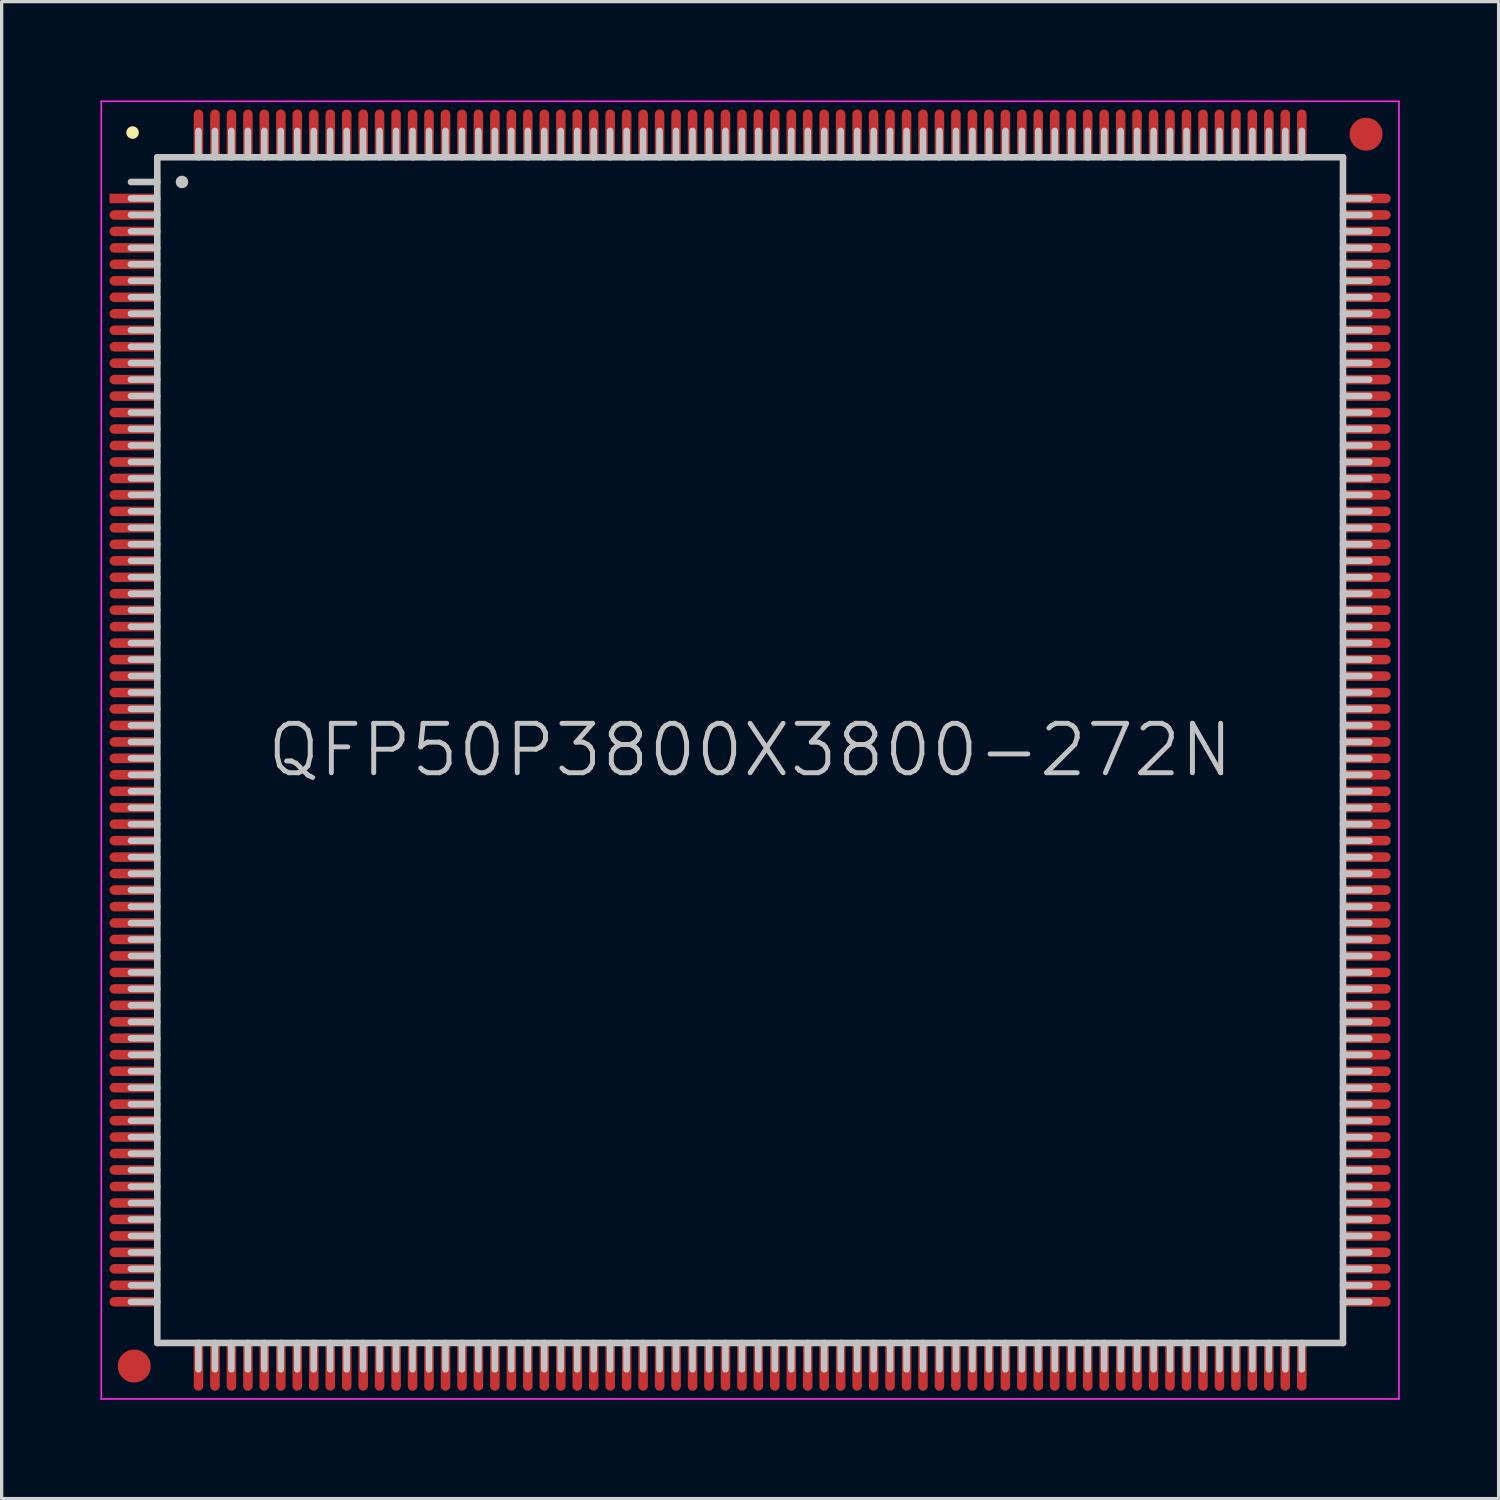
<source format=kicad_pcb>
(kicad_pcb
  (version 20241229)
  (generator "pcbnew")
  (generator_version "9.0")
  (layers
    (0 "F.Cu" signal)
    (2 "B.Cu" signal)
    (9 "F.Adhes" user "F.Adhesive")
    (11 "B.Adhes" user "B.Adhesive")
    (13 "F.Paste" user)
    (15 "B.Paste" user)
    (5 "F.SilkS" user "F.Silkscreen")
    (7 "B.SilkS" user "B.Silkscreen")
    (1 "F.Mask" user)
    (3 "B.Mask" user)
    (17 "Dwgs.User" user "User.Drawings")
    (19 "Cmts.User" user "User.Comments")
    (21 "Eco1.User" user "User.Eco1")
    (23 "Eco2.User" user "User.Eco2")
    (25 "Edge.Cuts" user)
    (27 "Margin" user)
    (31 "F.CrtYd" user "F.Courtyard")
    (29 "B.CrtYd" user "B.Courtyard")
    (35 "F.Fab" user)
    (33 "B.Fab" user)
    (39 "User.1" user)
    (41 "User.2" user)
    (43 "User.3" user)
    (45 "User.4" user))
  (footprint "QFP50P3800X3800-272N"
    (layer "F.Cu")
    (at 19.725 19.725)
    (property "Reference" "QFP50P3800X3800-272N" (at 0 0 0) (layer "Dwgs.User") (effects (font (size 1.5 1.5) (thickness 0.15))))
    (attr smd)
    (fp_line (start -18.75 -18.75) (end -18.75 -18.75) (stroke (width 0.381) (type solid)) (layer "F.SilkS"))
    (fp_line (start -18 -18) (end -18 18) (stroke (width 0.2) (type solid)) (layer "Dwgs.User"))
    (fp_line (start -18 -18) (end 18 -18) (stroke (width 0.2) (type solid)) (layer "Dwgs.User"))
    (fp_line (start -18 -17.25) (end -18.8 -17.25) (stroke (width 0.2) (type solid)) (layer "Dwgs.User"))
    (fp_line (start -18 -16.75) (end -18.8 -16.75) (stroke (width 0.2) (type solid)) (layer "Dwgs.User"))
    (fp_line (start -18 -16.25) (end -18.8 -16.25) (stroke (width 0.2) (type solid)) (layer "Dwgs.User"))
    (fp_line (start -18 -15.75) (end -18.8 -15.75) (stroke (width 0.2) (type solid)) (layer "Dwgs.User"))
    (fp_line (start -18 -15.25) (end -18.8 -15.25) (stroke (width 0.2) (type solid)) (layer "Dwgs.User"))
    (fp_line (start -18 -14.75) (end -18.8 -14.75) (stroke (width 0.2) (type solid)) (layer "Dwgs.User"))
    (fp_line (start -18 -14.25) (end -18.8 -14.25) (stroke (width 0.2) (type solid)) (layer "Dwgs.User"))
    (fp_line (start -18 -13.75) (end -18.8 -13.75) (stroke (width 0.2) (type solid)) (layer "Dwgs.User"))
    (fp_line (start -18 -13.25) (end -18.8 -13.25) (stroke (width 0.2) (type solid)) (layer "Dwgs.User"))
    (fp_line (start -18 -12.75) (end -18.8 -12.75) (stroke (width 0.2) (type solid)) (layer "Dwgs.User"))
    (fp_line (start -18 -12.25) (end -18.8 -12.25) (stroke (width 0.2) (type solid)) (layer "Dwgs.User"))
    (fp_line (start -18 -11.75) (end -18.8 -11.75) (stroke (width 0.2) (type solid)) (layer "Dwgs.User"))
    (fp_line (start -18 -11.25) (end -18.8 -11.25) (stroke (width 0.2) (type solid)) (layer "Dwgs.User"))
    (fp_line (start -18 -10.75) (end -18.8 -10.75) (stroke (width 0.2) (type solid)) (layer "Dwgs.User"))
    (fp_line (start -18 -10.25) (end -18.8 -10.25) (stroke (width 0.2) (type solid)) (layer "Dwgs.User"))
    (fp_line (start -18 -9.75) (end -18.8 -9.75) (stroke (width 0.2) (type solid)) (layer "Dwgs.User"))
    (fp_line (start -18 -9.25) (end -18.8 -9.25) (stroke (width 0.2) (type solid)) (layer "Dwgs.User"))
    (fp_line (start -18 -8.75) (end -18.8 -8.75) (stroke (width 0.2) (type solid)) (layer "Dwgs.User"))
    (fp_line (start -18 -8.25) (end -18.8 -8.25) (stroke (width 0.2) (type solid)) (layer "Dwgs.User"))
    (fp_line (start -18 -7.75) (end -18.8 -7.75) (stroke (width 0.2) (type solid)) (layer "Dwgs.User"))
    (fp_line (start -18 -7.25) (end -18.8 -7.25) (stroke (width 0.2) (type solid)) (layer "Dwgs.User"))
    (fp_line (start -18 -6.75) (end -18.8 -6.75) (stroke (width 0.2) (type solid)) (layer "Dwgs.User"))
    (fp_line (start -18 -6.25) (end -18.8 -6.25) (stroke (width 0.2) (type solid)) (layer "Dwgs.User"))
    (fp_line (start -18 -5.75) (end -18.8 -5.75) (stroke (width 0.2) (type solid)) (layer "Dwgs.User"))
    (fp_line (start -18 -5.25) (end -18.8 -5.25) (stroke (width 0.2) (type solid)) (layer "Dwgs.User"))
    (fp_line (start -18 -4.75) (end -18.8 -4.75) (stroke (width 0.2) (type solid)) (layer "Dwgs.User"))
    (fp_line (start -18 -4.25) (end -18.8 -4.25) (stroke (width 0.2) (type solid)) (layer "Dwgs.User"))
    (fp_line (start -18 -3.75) (end -18.8 -3.75) (stroke (width 0.2) (type solid)) (layer "Dwgs.User"))
    (fp_line (start -18 -3.25) (end -18.8 -3.25) (stroke (width 0.2) (type solid)) (layer "Dwgs.User"))
    (fp_line (start -18 -2.75) (end -18.8 -2.75) (stroke (width 0.2) (type solid)) (layer "Dwgs.User"))
    (fp_line (start -18 -2.25) (end -18.8 -2.25) (stroke (width 0.2) (type solid)) (layer "Dwgs.User"))
    (fp_line (start -18 -1.75) (end -18.8 -1.75) (stroke (width 0.2) (type solid)) (layer "Dwgs.User"))
    (fp_line (start -18 -1.25) (end -18.8 -1.25) (stroke (width 0.2) (type solid)) (layer "Dwgs.User"))
    (fp_line (start -18 -0.75) (end -18.8 -0.75) (stroke (width 0.2) (type solid)) (layer "Dwgs.User"))
    (fp_line (start -18 -0.25) (end -18.8 -0.25) (stroke (width 0.2) (type solid)) (layer "Dwgs.User"))
    (fp_line (start -18 0.25) (end -18.8 0.25) (stroke (width 0.2) (type solid)) (layer "Dwgs.User"))
    (fp_line (start -18 0.75) (end -18.8 0.75) (stroke (width 0.2) (type solid)) (layer "Dwgs.User"))
    (fp_line (start -18 1.25) (end -18.8 1.25) (stroke (width 0.2) (type solid)) (layer "Dwgs.User"))
    (fp_line (start -18 1.75) (end -18.8 1.75) (stroke (width 0.2) (type solid)) (layer "Dwgs.User"))
    (fp_line (start -18 2.25) (end -18.8 2.25) (stroke (width 0.2) (type solid)) (layer "Dwgs.User"))
    (fp_line (start -18 2.75) (end -18.8 2.75) (stroke (width 0.2) (type solid)) (layer "Dwgs.User"))
    (fp_line (start -18 3.25) (end -18.8 3.25) (stroke (width 0.2) (type solid)) (layer "Dwgs.User"))
    (fp_line (start -18 3.75) (end -18.8 3.75) (stroke (width 0.2) (type solid)) (layer "Dwgs.User"))
    (fp_line (start -18 4.25) (end -18.8 4.25) (stroke (width 0.2) (type solid)) (layer "Dwgs.User"))
    (fp_line (start -18 4.75) (end -18.8 4.75) (stroke (width 0.2) (type solid)) (layer "Dwgs.User"))
    (fp_line (start -18 5.25) (end -18.8 5.25) (stroke (width 0.2) (type solid)) (layer "Dwgs.User"))
    (fp_line (start -18 5.75) (end -18.8 5.75) (stroke (width 0.2) (type solid)) (layer "Dwgs.User"))
    (fp_line (start -18 6.25) (end -18.8 6.25) (stroke (width 0.2) (type solid)) (layer "Dwgs.User"))
    (fp_line (start -18 6.75) (end -18.8 6.75) (stroke (width 0.2) (type solid)) (layer "Dwgs.User"))
    (fp_line (start -18 7.25) (end -18.8 7.25) (stroke (width 0.2) (type solid)) (layer "Dwgs.User"))
    (fp_line (start -18 7.75) (end -18.8 7.75) (stroke (width 0.2) (type solid)) (layer "Dwgs.User"))
    (fp_line (start -18 8.25) (end -18.8 8.25) (stroke (width 0.2) (type solid)) (layer "Dwgs.User"))
    (fp_line (start -18 8.75) (end -18.8 8.75) (stroke (width 0.2) (type solid)) (layer "Dwgs.User"))
    (fp_line (start -18 9.25) (end -18.8 9.25) (stroke (width 0.2) (type solid)) (layer "Dwgs.User"))
    (fp_line (start -18 9.75) (end -18.8 9.75) (stroke (width 0.2) (type solid)) (layer "Dwgs.User"))
    (fp_line (start -18 10.25) (end -18.8 10.25) (stroke (width 0.2) (type solid)) (layer "Dwgs.User"))
    (fp_line (start -18 10.75) (end -18.8 10.75) (stroke (width 0.2) (type solid)) (layer "Dwgs.User"))
    (fp_line (start -18 11.25) (end -18.8 11.25) (stroke (width 0.2) (type solid)) (layer "Dwgs.User"))
    (fp_line (start -18 11.75) (end -18.8 11.75) (stroke (width 0.2) (type solid)) (layer "Dwgs.User"))
    (fp_line (start -18 12.25) (end -18.8 12.25) (stroke (width 0.2) (type solid)) (layer "Dwgs.User"))
    (fp_line (start -18 12.75) (end -18.8 12.75) (stroke (width 0.2) (type solid)) (layer "Dwgs.User"))
    (fp_line (start -18 13.25) (end -18.8 13.25) (stroke (width 0.2) (type solid)) (layer "Dwgs.User"))
    (fp_line (start -18 13.75) (end -18.8 13.75) (stroke (width 0.2) (type solid)) (layer "Dwgs.User"))
    (fp_line (start -18 14.25) (end -18.8 14.25) (stroke (width 0.2) (type solid)) (layer "Dwgs.User"))
    (fp_line (start -18 14.75) (end -18.8 14.75) (stroke (width 0.2) (type solid)) (layer "Dwgs.User"))
    (fp_line (start -18 15.25) (end -18.8 15.25) (stroke (width 0.2) (type solid)) (layer "Dwgs.User"))
    (fp_line (start -18 15.75) (end -18.8 15.75) (stroke (width 0.2) (type solid)) (layer "Dwgs.User"))
    (fp_line (start -18 16.25) (end -18.8 16.25) (stroke (width 0.2) (type solid)) (layer "Dwgs.User"))
    (fp_line (start -18 16.75) (end -18.8 16.75) (stroke (width 0.2) (type solid)) (layer "Dwgs.User"))
    (fp_line (start -18 18) (end 18 18) (stroke (width 0.2) (type solid)) (layer "Dwgs.User"))
    (fp_line (start -17.25 -17.25) (end -17.25 -17.25) (stroke (width 0.381) (type solid)) (layer "Dwgs.User"))
    (fp_line (start -16.75 -18) (end -16.75 -18.8) (stroke (width 0.2) (type solid)) (layer "Dwgs.User"))
    (fp_line (start -16.75 18.8) (end -16.75 18) (stroke (width 0.2) (type solid)) (layer "Dwgs.User"))
    (fp_line (start -16.25 -18) (end -16.25 -18.8) (stroke (width 0.2) (type solid)) (layer "Dwgs.User"))
    (fp_line (start -16.25 18.8) (end -16.25 18) (stroke (width 0.2) (type solid)) (layer "Dwgs.User"))
    (fp_line (start -15.75 -18) (end -15.75 -18.8) (stroke (width 0.2) (type solid)) (layer "Dwgs.User"))
    (fp_line (start -15.75 18.8) (end -15.75 18) (stroke (width 0.2) (type solid)) (layer "Dwgs.User"))
    (fp_line (start -15.25 -18) (end -15.25 -18.8) (stroke (width 0.2) (type solid)) (layer "Dwgs.User"))
    (fp_line (start -15.25 18.8) (end -15.25 18) (stroke (width 0.2) (type solid)) (layer "Dwgs.User"))
    (fp_line (start -14.75 -18) (end -14.75 -18.8) (stroke (width 0.2) (type solid)) (layer "Dwgs.User"))
    (fp_line (start -14.75 18.8) (end -14.75 18) (stroke (width 0.2) (type solid)) (layer "Dwgs.User"))
    (fp_line (start -14.25 -18) (end -14.25 -18.8) (stroke (width 0.2) (type solid)) (layer "Dwgs.User"))
    (fp_line (start -14.25 18.8) (end -14.25 18) (stroke (width 0.2) (type solid)) (layer "Dwgs.User"))
    (fp_line (start -13.75 -18) (end -13.75 -18.8) (stroke (width 0.2) (type solid)) (layer "Dwgs.User"))
    (fp_line (start -13.75 18.8) (end -13.75 18) (stroke (width 0.2) (type solid)) (layer "Dwgs.User"))
    (fp_line (start -13.25 -18) (end -13.25 -18.8) (stroke (width 0.2) (type solid)) (layer "Dwgs.User"))
    (fp_line (start -13.25 18.8) (end -13.25 18) (stroke (width 0.2) (type solid)) (layer "Dwgs.User"))
    (fp_line (start -12.75 -18) (end -12.75 -18.8) (stroke (width 0.2) (type solid)) (layer "Dwgs.User"))
    (fp_line (start -12.75 18.8) (end -12.75 18) (stroke (width 0.2) (type solid)) (layer "Dwgs.User"))
    (fp_line (start -12.25 -18) (end -12.25 -18.8) (stroke (width 0.2) (type solid)) (layer "Dwgs.User"))
    (fp_line (start -12.25 18.8) (end -12.25 18) (stroke (width 0.2) (type solid)) (layer "Dwgs.User"))
    (fp_line (start -11.75 -18) (end -11.75 -18.8) (stroke (width 0.2) (type solid)) (layer "Dwgs.User"))
    (fp_line (start -11.75 18.8) (end -11.75 18) (stroke (width 0.2) (type solid)) (layer "Dwgs.User"))
    (fp_line (start -11.25 -18) (end -11.25 -18.8) (stroke (width 0.2) (type solid)) (layer "Dwgs.User"))
    (fp_line (start -11.25 18.8) (end -11.25 18) (stroke (width 0.2) (type solid)) (layer "Dwgs.User"))
    (fp_line (start -10.75 -18) (end -10.75 -18.8) (stroke (width 0.2) (type solid)) (layer "Dwgs.User"))
    (fp_line (start -10.75 18.8) (end -10.75 18) (stroke (width 0.2) (type solid)) (layer "Dwgs.User"))
    (fp_line (start -10.25 -18) (end -10.25 -18.8) (stroke (width 0.2) (type solid)) (layer "Dwgs.User"))
    (fp_line (start -10.25 18.8) (end -10.25 18) (stroke (width 0.2) (type solid)) (layer "Dwgs.User"))
    (fp_line (start -9.75 -18) (end -9.75 -18.8) (stroke (width 0.2) (type solid)) (layer "Dwgs.User"))
    (fp_line (start -9.75 18.8) (end -9.75 18) (stroke (width 0.2) (type solid)) (layer "Dwgs.User"))
    (fp_line (start -9.25 -18) (end -9.25 -18.8) (stroke (width 0.2) (type solid)) (layer "Dwgs.User"))
    (fp_line (start -9.25 18.8) (end -9.25 18) (stroke (width 0.2) (type solid)) (layer "Dwgs.User"))
    (fp_line (start -8.75 -18) (end -8.75 -18.8) (stroke (width 0.2) (type solid)) (layer "Dwgs.User"))
    (fp_line (start -8.75 18.8) (end -8.75 18) (stroke (width 0.2) (type solid)) (layer "Dwgs.User"))
    (fp_line (start -8.25 -18) (end -8.25 -18.8) (stroke (width 0.2) (type solid)) (layer "Dwgs.User"))
    (fp_line (start -8.25 18.8) (end -8.25 18) (stroke (width 0.2) (type solid)) (layer "Dwgs.User"))
    (fp_line (start -7.75 -18) (end -7.75 -18.8) (stroke (width 0.2) (type solid)) (layer "Dwgs.User"))
    (fp_line (start -7.75 18.8) (end -7.75 18) (stroke (width 0.2) (type solid)) (layer "Dwgs.User"))
    (fp_line (start -7.25 -18) (end -7.25 -18.8) (stroke (width 0.2) (type solid)) (layer "Dwgs.User"))
    (fp_line (start -7.25 18.8) (end -7.25 18) (stroke (width 0.2) (type solid)) (layer "Dwgs.User"))
    (fp_line (start -6.75 -18) (end -6.75 -18.8) (stroke (width 0.2) (type solid)) (layer "Dwgs.User"))
    (fp_line (start -6.75 18.8) (end -6.75 18) (stroke (width 0.2) (type solid)) (layer "Dwgs.User"))
    (fp_line (start -6.25 -18) (end -6.25 -18.8) (stroke (width 0.2) (type solid)) (layer "Dwgs.User"))
    (fp_line (start -6.25 18.8) (end -6.25 18) (stroke (width 0.2) (type solid)) (layer "Dwgs.User"))
    (fp_line (start -5.75 -18) (end -5.75 -18.8) (stroke (width 0.2) (type solid)) (layer "Dwgs.User"))
    (fp_line (start -5.75 18.8) (end -5.75 18) (stroke (width 0.2) (type solid)) (layer "Dwgs.User"))
    (fp_line (start -5.25 -18) (end -5.25 -18.8) (stroke (width 0.2) (type solid)) (layer "Dwgs.User"))
    (fp_line (start -5.25 18.8) (end -5.25 18) (stroke (width 0.2) (type solid)) (layer "Dwgs.User"))
    (fp_line (start -4.75 -18) (end -4.75 -18.8) (stroke (width 0.2) (type solid)) (layer "Dwgs.User"))
    (fp_line (start -4.75 18.8) (end -4.75 18) (stroke (width 0.2) (type solid)) (layer "Dwgs.User"))
    (fp_line (start -4.25 -18) (end -4.25 -18.8) (stroke (width 0.2) (type solid)) (layer "Dwgs.User"))
    (fp_line (start -4.25 18.8) (end -4.25 18) (stroke (width 0.2) (type solid)) (layer "Dwgs.User"))
    (fp_line (start -3.75 -18) (end -3.75 -18.8) (stroke (width 0.2) (type solid)) (layer "Dwgs.User"))
    (fp_line (start -3.75 18.8) (end -3.75 18) (stroke (width 0.2) (type solid)) (layer "Dwgs.User"))
    (fp_line (start -3.25 -18) (end -3.25 -18.8) (stroke (width 0.2) (type solid)) (layer "Dwgs.User"))
    (fp_line (start -3.25 18.8) (end -3.25 18) (stroke (width 0.2) (type solid)) (layer "Dwgs.User"))
    (fp_line (start -2.75 -18) (end -2.75 -18.8) (stroke (width 0.2) (type solid)) (layer "Dwgs.User"))
    (fp_line (start -2.75 18.8) (end -2.75 18) (stroke (width 0.2) (type solid)) (layer "Dwgs.User"))
    (fp_line (start -2.25 -18) (end -2.25 -18.8) (stroke (width 0.2) (type solid)) (layer "Dwgs.User"))
    (fp_line (start -2.25 18.8) (end -2.25 18) (stroke (width 0.2) (type solid)) (layer "Dwgs.User"))
    (fp_line (start -1.75 -18) (end -1.75 -18.8) (stroke (width 0.2) (type solid)) (layer "Dwgs.User"))
    (fp_line (start -1.75 18.8) (end -1.75 18) (stroke (width 0.2) (type solid)) (layer "Dwgs.User"))
    (fp_line (start -1.25 -18) (end -1.25 -18.8) (stroke (width 0.2) (type solid)) (layer "Dwgs.User"))
    (fp_line (start -1.25 18.8) (end -1.25 18) (stroke (width 0.2) (type solid)) (layer "Dwgs.User"))
    (fp_line (start -0.75 -18) (end -0.75 -18.8) (stroke (width 0.2) (type solid)) (layer "Dwgs.User"))
    (fp_line (start -0.75 18.8) (end -0.75 18) (stroke (width 0.2) (type solid)) (layer "Dwgs.User"))
    (fp_line (start -0.25 -18) (end -0.25 -18.8) (stroke (width 0.2) (type solid)) (layer "Dwgs.User"))
    (fp_line (start -0.25 18.8) (end -0.25 18) (stroke (width 0.2) (type solid)) (layer "Dwgs.User"))
    (fp_line (start 0.25 -18) (end 0.25 -18.8) (stroke (width 0.2) (type solid)) (layer "Dwgs.User"))
    (fp_line (start 0.25 18.8) (end 0.25 18) (stroke (width 0.2) (type solid)) (layer "Dwgs.User"))
    (fp_line (start 0.75 -18) (end 0.75 -18.8) (stroke (width 0.2) (type solid)) (layer "Dwgs.User"))
    (fp_line (start 0.75 18.8) (end 0.75 18) (stroke (width 0.2) (type solid)) (layer "Dwgs.User"))
    (fp_line (start 1.25 -18) (end 1.25 -18.8) (stroke (width 0.2) (type solid)) (layer "Dwgs.User"))
    (fp_line (start 1.25 18.8) (end 1.25 18) (stroke (width 0.2) (type solid)) (layer "Dwgs.User"))
    (fp_line (start 1.75 -18) (end 1.75 -18.8) (stroke (width 0.2) (type solid)) (layer "Dwgs.User"))
    (fp_line (start 1.75 18.8) (end 1.75 18) (stroke (width 0.2) (type solid)) (layer "Dwgs.User"))
    (fp_line (start 2.25 -18) (end 2.25 -18.8) (stroke (width 0.2) (type solid)) (layer "Dwgs.User"))
    (fp_line (start 2.25 18.8) (end 2.25 18) (stroke (width 0.2) (type solid)) (layer "Dwgs.User"))
    (fp_line (start 2.75 -18) (end 2.75 -18.8) (stroke (width 0.2) (type solid)) (layer "Dwgs.User"))
    (fp_line (start 2.75 18.8) (end 2.75 18) (stroke (width 0.2) (type solid)) (layer "Dwgs.User"))
    (fp_line (start 3.25 -18) (end 3.25 -18.8) (stroke (width 0.2) (type solid)) (layer "Dwgs.User"))
    (fp_line (start 3.25 18.8) (end 3.25 18) (stroke (width 0.2) (type solid)) (layer "Dwgs.User"))
    (fp_line (start 3.75 -18) (end 3.75 -18.8) (stroke (width 0.2) (type solid)) (layer "Dwgs.User"))
    (fp_line (start 3.75 18.8) (end 3.75 18) (stroke (width 0.2) (type solid)) (layer "Dwgs.User"))
    (fp_line (start 4.25 -18) (end 4.25 -18.8) (stroke (width 0.2) (type solid)) (layer "Dwgs.User"))
    (fp_line (start 4.25 18.8) (end 4.25 18) (stroke (width 0.2) (type solid)) (layer "Dwgs.User"))
    (fp_line (start 4.75 -18) (end 4.75 -18.8) (stroke (width 0.2) (type solid)) (layer "Dwgs.User"))
    (fp_line (start 4.75 18.8) (end 4.75 18) (stroke (width 0.2) (type solid)) (layer "Dwgs.User"))
    (fp_line (start 5.25 -18) (end 5.25 -18.8) (stroke (width 0.2) (type solid)) (layer "Dwgs.User"))
    (fp_line (start 5.25 18.8) (end 5.25 18) (stroke (width 0.2) (type solid)) (layer "Dwgs.User"))
    (fp_line (start 5.75 -18) (end 5.75 -18.8) (stroke (width 0.2) (type solid)) (layer "Dwgs.User"))
    (fp_line (start 5.75 18.8) (end 5.75 18) (stroke (width 0.2) (type solid)) (layer "Dwgs.User"))
    (fp_line (start 6.25 -18) (end 6.25 -18.8) (stroke (width 0.2) (type solid)) (layer "Dwgs.User"))
    (fp_line (start 6.25 18.8) (end 6.25 18) (stroke (width 0.2) (type solid)) (layer "Dwgs.User"))
    (fp_line (start 6.75 -18) (end 6.75 -18.8) (stroke (width 0.2) (type solid)) (layer "Dwgs.User"))
    (fp_line (start 6.75 18.8) (end 6.75 18) (stroke (width 0.2) (type solid)) (layer "Dwgs.User"))
    (fp_line (start 7.25 -18) (end 7.25 -18.8) (stroke (width 0.2) (type solid)) (layer "Dwgs.User"))
    (fp_line (start 7.25 18.8) (end 7.25 18) (stroke (width 0.2) (type solid)) (layer "Dwgs.User"))
    (fp_line (start 7.75 -18) (end 7.75 -18.8) (stroke (width 0.2) (type solid)) (layer "Dwgs.User"))
    (fp_line (start 7.75 18.8) (end 7.75 18) (stroke (width 0.2) (type solid)) (layer "Dwgs.User"))
    (fp_line (start 8.25 -18) (end 8.25 -18.8) (stroke (width 0.2) (type solid)) (layer "Dwgs.User"))
    (fp_line (start 8.25 18.8) (end 8.25 18) (stroke (width 0.2) (type solid)) (layer "Dwgs.User"))
    (fp_line (start 8.75 -18) (end 8.75 -18.8) (stroke (width 0.2) (type solid)) (layer "Dwgs.User"))
    (fp_line (start 8.75 18.8) (end 8.75 18) (stroke (width 0.2) (type solid)) (layer "Dwgs.User"))
    (fp_line (start 9.25 -18) (end 9.25 -18.8) (stroke (width 0.2) (type solid)) (layer "Dwgs.User"))
    (fp_line (start 9.25 18.8) (end 9.25 18) (stroke (width 0.2) (type solid)) (layer "Dwgs.User"))
    (fp_line (start 9.75 -18) (end 9.75 -18.8) (stroke (width 0.2) (type solid)) (layer "Dwgs.User"))
    (fp_line (start 9.75 18.8) (end 9.75 18) (stroke (width 0.2) (type solid)) (layer "Dwgs.User"))
    (fp_line (start 10.25 -18) (end 10.25 -18.8) (stroke (width 0.2) (type solid)) (layer "Dwgs.User"))
    (fp_line (start 10.25 18.8) (end 10.25 18) (stroke (width 0.2) (type solid)) (layer "Dwgs.User"))
    (fp_line (start 10.75 -18) (end 10.75 -18.8) (stroke (width 0.2) (type solid)) (layer "Dwgs.User"))
    (fp_line (start 10.75 18.8) (end 10.75 18) (stroke (width 0.2) (type solid)) (layer "Dwgs.User"))
    (fp_line (start 11.25 -18) (end 11.25 -18.8) (stroke (width 0.2) (type solid)) (layer "Dwgs.User"))
    (fp_line (start 11.25 18.8) (end 11.25 18) (stroke (width 0.2) (type solid)) (layer "Dwgs.User"))
    (fp_line (start 11.75 -18) (end 11.75 -18.8) (stroke (width 0.2) (type solid)) (layer "Dwgs.User"))
    (fp_line (start 11.75 18.8) (end 11.75 18) (stroke (width 0.2) (type solid)) (layer "Dwgs.User"))
    (fp_line (start 12.25 -18) (end 12.25 -18.8) (stroke (width 0.2) (type solid)) (layer "Dwgs.User"))
    (fp_line (start 12.25 18.8) (end 12.25 18) (stroke (width 0.2) (type solid)) (layer "Dwgs.User"))
    (fp_line (start 12.75 -18) (end 12.75 -18.8) (stroke (width 0.2) (type solid)) (layer "Dwgs.User"))
    (fp_line (start 12.75 18.8) (end 12.75 18) (stroke (width 0.2) (type solid)) (layer "Dwgs.User"))
    (fp_line (start 13.25 -18) (end 13.25 -18.8) (stroke (width 0.2) (type solid)) (layer "Dwgs.User"))
    (fp_line (start 13.25 18.8) (end 13.25 18) (stroke (width 0.2) (type solid)) (layer "Dwgs.User"))
    (fp_line (start 13.75 -18) (end 13.75 -18.8) (stroke (width 0.2) (type solid)) (layer "Dwgs.User"))
    (fp_line (start 13.75 18.8) (end 13.75 18) (stroke (width 0.2) (type solid)) (layer "Dwgs.User"))
    (fp_line (start 14.25 -18) (end 14.25 -18.8) (stroke (width 0.2) (type solid)) (layer "Dwgs.User"))
    (fp_line (start 14.25 18.8) (end 14.25 18) (stroke (width 0.2) (type solid)) (layer "Dwgs.User"))
    (fp_line (start 14.75 -18) (end 14.75 -18.8) (stroke (width 0.2) (type solid)) (layer "Dwgs.User"))
    (fp_line (start 14.75 18.8) (end 14.75 18) (stroke (width 0.2) (type solid)) (layer "Dwgs.User"))
    (fp_line (start 15.25 -18) (end 15.25 -18.8) (stroke (width 0.2) (type solid)) (layer "Dwgs.User"))
    (fp_line (start 15.25 18.8) (end 15.25 18) (stroke (width 0.2) (type solid)) (layer "Dwgs.User"))
    (fp_line (start 15.75 -18) (end 15.75 -18.8) (stroke (width 0.2) (type solid)) (layer "Dwgs.User"))
    (fp_line (start 15.75 18.8) (end 15.75 18) (stroke (width 0.2) (type solid)) (layer "Dwgs.User"))
    (fp_line (start 16.25 -18) (end 16.25 -18.8) (stroke (width 0.2) (type solid)) (layer "Dwgs.User"))
    (fp_line (start 16.25 18.8) (end 16.25 18) (stroke (width 0.2) (type solid)) (layer "Dwgs.User"))
    (fp_line (start 16.75 -18) (end 16.75 -18.8) (stroke (width 0.2) (type solid)) (layer "Dwgs.User"))
    (fp_line (start 16.75 18.8) (end 16.75 18) (stroke (width 0.2) (type solid)) (layer "Dwgs.User"))
    (fp_line (start 18 -18) (end 18 18) (stroke (width 0.2) (type solid)) (layer "Dwgs.User"))
    (fp_line (start 18.8 -16.75) (end 18 -16.75) (stroke (width 0.2) (type solid)) (layer "Dwgs.User"))
    (fp_line (start 18.8 -16.25) (end 18 -16.25) (stroke (width 0.2) (type solid)) (layer "Dwgs.User"))
    (fp_line (start 18.8 -15.75) (end 18 -15.75) (stroke (width 0.2) (type solid)) (layer "Dwgs.User"))
    (fp_line (start 18.8 -15.25) (end 18 -15.25) (stroke (width 0.2) (type solid)) (layer "Dwgs.User"))
    (fp_line (start 18.8 -14.75) (end 18 -14.75) (stroke (width 0.2) (type solid)) (layer "Dwgs.User"))
    (fp_line (start 18.8 -14.25) (end 18 -14.25) (stroke (width 0.2) (type solid)) (layer "Dwgs.User"))
    (fp_line (start 18.8 -13.75) (end 18 -13.75) (stroke (width 0.2) (type solid)) (layer "Dwgs.User"))
    (fp_line (start 18.8 -13.25) (end 18 -13.25) (stroke (width 0.2) (type solid)) (layer "Dwgs.User"))
    (fp_line (start 18.8 -12.75) (end 18 -12.75) (stroke (width 0.2) (type solid)) (layer "Dwgs.User"))
    (fp_line (start 18.8 -12.25) (end 18 -12.25) (stroke (width 0.2) (type solid)) (layer "Dwgs.User"))
    (fp_line (start 18.8 -11.75) (end 18 -11.75) (stroke (width 0.2) (type solid)) (layer "Dwgs.User"))
    (fp_line (start 18.8 -11.25) (end 18 -11.25) (stroke (width 0.2) (type solid)) (layer "Dwgs.User"))
    (fp_line (start 18.8 -10.75) (end 18 -10.75) (stroke (width 0.2) (type solid)) (layer "Dwgs.User"))
    (fp_line (start 18.8 -10.25) (end 18 -10.25) (stroke (width 0.2) (type solid)) (layer "Dwgs.User"))
    (fp_line (start 18.8 -9.75) (end 18 -9.75) (stroke (width 0.2) (type solid)) (layer "Dwgs.User"))
    (fp_line (start 18.8 -9.25) (end 18 -9.25) (stroke (width 0.2) (type solid)) (layer "Dwgs.User"))
    (fp_line (start 18.8 -8.75) (end 18 -8.75) (stroke (width 0.2) (type solid)) (layer "Dwgs.User"))
    (fp_line (start 18.8 -8.25) (end 18 -8.25) (stroke (width 0.2) (type solid)) (layer "Dwgs.User"))
    (fp_line (start 18.8 -7.75) (end 18 -7.75) (stroke (width 0.2) (type solid)) (layer "Dwgs.User"))
    (fp_line (start 18.8 -7.25) (end 18 -7.25) (stroke (width 0.2) (type solid)) (layer "Dwgs.User"))
    (fp_line (start 18.8 -6.75) (end 18 -6.75) (stroke (width 0.2) (type solid)) (layer "Dwgs.User"))
    (fp_line (start 18.8 -6.25) (end 18 -6.25) (stroke (width 0.2) (type solid)) (layer "Dwgs.User"))
    (fp_line (start 18.8 -5.75) (end 18 -5.75) (stroke (width 0.2) (type solid)) (layer "Dwgs.User"))
    (fp_line (start 18.8 -5.25) (end 18 -5.25) (stroke (width 0.2) (type solid)) (layer "Dwgs.User"))
    (fp_line (start 18.8 -4.75) (end 18 -4.75) (stroke (width 0.2) (type solid)) (layer "Dwgs.User"))
    (fp_line (start 18.8 -4.25) (end 18 -4.25) (stroke (width 0.2) (type solid)) (layer "Dwgs.User"))
    (fp_line (start 18.8 -3.75) (end 18 -3.75) (stroke (width 0.2) (type solid)) (layer "Dwgs.User"))
    (fp_line (start 18.8 -3.25) (end 18 -3.25) (stroke (width 0.2) (type solid)) (layer "Dwgs.User"))
    (fp_line (start 18.8 -2.75) (end 18 -2.75) (stroke (width 0.2) (type solid)) (layer "Dwgs.User"))
    (fp_line (start 18.8 -2.25) (end 18 -2.25) (stroke (width 0.2) (type solid)) (layer "Dwgs.User"))
    (fp_line (start 18.8 -1.75) (end 18 -1.75) (stroke (width 0.2) (type solid)) (layer "Dwgs.User"))
    (fp_line (start 18.8 -1.25) (end 18 -1.25) (stroke (width 0.2) (type solid)) (layer "Dwgs.User"))
    (fp_line (start 18.8 -0.75) (end 18 -0.75) (stroke (width 0.2) (type solid)) (layer "Dwgs.User"))
    (fp_line (start 18.8 -0.25) (end 18 -0.25) (stroke (width 0.2) (type solid)) (layer "Dwgs.User"))
    (fp_line (start 18.8 0.25) (end 18 0.25) (stroke (width 0.2) (type solid)) (layer "Dwgs.User"))
    (fp_line (start 18.8 0.75) (end 18 0.75) (stroke (width 0.2) (type solid)) (layer "Dwgs.User"))
    (fp_line (start 18.8 1.25) (end 18 1.25) (stroke (width 0.2) (type solid)) (layer "Dwgs.User"))
    (fp_line (start 18.8 1.75) (end 18 1.75) (stroke (width 0.2) (type solid)) (layer "Dwgs.User"))
    (fp_line (start 18.8 2.25) (end 18 2.25) (stroke (width 0.2) (type solid)) (layer "Dwgs.User"))
    (fp_line (start 18.8 2.75) (end 18 2.75) (stroke (width 0.2) (type solid)) (layer "Dwgs.User"))
    (fp_line (start 18.8 3.25) (end 18 3.25) (stroke (width 0.2) (type solid)) (layer "Dwgs.User"))
    (fp_line (start 18.8 3.75) (end 18 3.75) (stroke (width 0.2) (type solid)) (layer "Dwgs.User"))
    (fp_line (start 18.8 4.25) (end 18 4.25) (stroke (width 0.2) (type solid)) (layer "Dwgs.User"))
    (fp_line (start 18.8 4.75) (end 18 4.75) (stroke (width 0.2) (type solid)) (layer "Dwgs.User"))
    (fp_line (start 18.8 5.25) (end 18 5.25) (stroke (width 0.2) (type solid)) (layer "Dwgs.User"))
    (fp_line (start 18.8 5.75) (end 18 5.75) (stroke (width 0.2) (type solid)) (layer "Dwgs.User"))
    (fp_line (start 18.8 6.25) (end 18 6.25) (stroke (width 0.2) (type solid)) (layer "Dwgs.User"))
    (fp_line (start 18.8 6.75) (end 18 6.75) (stroke (width 0.2) (type solid)) (layer "Dwgs.User"))
    (fp_line (start 18.8 7.25) (end 18 7.25) (stroke (width 0.2) (type solid)) (layer "Dwgs.User"))
    (fp_line (start 18.8 7.75) (end 18 7.75) (stroke (width 0.2) (type solid)) (layer "Dwgs.User"))
    (fp_line (start 18.8 8.25) (end 18 8.25) (stroke (width 0.2) (type solid)) (layer "Dwgs.User"))
    (fp_line (start 18.8 8.75) (end 18 8.75) (stroke (width 0.2) (type solid)) (layer "Dwgs.User"))
    (fp_line (start 18.8 9.25) (end 18 9.25) (stroke (width 0.2) (type solid)) (layer "Dwgs.User"))
    (fp_line (start 18.8 9.75) (end 18 9.75) (stroke (width 0.2) (type solid)) (layer "Dwgs.User"))
    (fp_line (start 18.8 10.25) (end 18 10.25) (stroke (width 0.2) (type solid)) (layer "Dwgs.User"))
    (fp_line (start 18.8 10.75) (end 18 10.75) (stroke (width 0.2) (type solid)) (layer "Dwgs.User"))
    (fp_line (start 18.8 11.25) (end 18 11.25) (stroke (width 0.2) (type solid)) (layer "Dwgs.User"))
    (fp_line (start 18.8 11.75) (end 18 11.75) (stroke (width 0.2) (type solid)) (layer "Dwgs.User"))
    (fp_line (start 18.8 12.25) (end 18 12.25) (stroke (width 0.2) (type solid)) (layer "Dwgs.User"))
    (fp_line (start 18.8 12.75) (end 18 12.75) (stroke (width 0.2) (type solid)) (layer "Dwgs.User"))
    (fp_line (start 18.8 13.25) (end 18 13.25) (stroke (width 0.2) (type solid)) (layer "Dwgs.User"))
    (fp_line (start 18.8 13.75) (end 18 13.75) (stroke (width 0.2) (type solid)) (layer "Dwgs.User"))
    (fp_line (start 18.8 14.25) (end 18 14.25) (stroke (width 0.2) (type solid)) (layer "Dwgs.User"))
    (fp_line (start 18.8 14.75) (end 18 14.75) (stroke (width 0.2) (type solid)) (layer "Dwgs.User"))
    (fp_line (start 18.8 15.25) (end 18 15.25) (stroke (width 0.2) (type solid)) (layer "Dwgs.User"))
    (fp_line (start 18.8 15.75) (end 18 15.75) (stroke (width 0.2) (type solid)) (layer "Dwgs.User"))
    (fp_line (start 18.8 16.25) (end 18 16.25) (stroke (width 0.2) (type solid)) (layer "Dwgs.User"))
    (fp_line (start 18.8 16.75) (end 18 16.75) (stroke (width 0.2) (type solid)) (layer "Dwgs.User"))
    (fp_line (start -19.7 -19.7) (end -19.7 19.7) (stroke (width 0.05) (type solid)) (layer "F.CrtYd"))
    (fp_line (start -19.7 -19.7) (end 19.7 -19.7) (stroke (width 0.05) (type solid)) (layer "F.CrtYd"))
    (fp_line (start -19.7 19.7) (end 19.7 19.7) (stroke (width 0.05) (type solid)) (layer "F.CrtYd"))
    (fp_line (start 19.7 -19.7) (end 19.7 19.7) (stroke (width 0.05) (type solid)) (layer "F.CrtYd"))
    (pad "" smd circle (at -18.7 18.7) (size 1 1) (layers "F.Cu" "F.Mask"))
    (pad "" smd circle (at 18.7 -18.7) (size 1 1) (layers "F.Cu" "F.Mask"))
    (pad "1" smd rect (at -18.699 -16.749 90) (size 0.29 1.5) (layers "F.Cu" "F.Mask" "F.Paste"))
    (pad "2" smd oval (at -18.699 -16.248 90) (size 0.29 1.5) (layers "F.Cu" "F.Mask" "F.Paste"))
    (pad "3" smd oval (at -18.699 -15.748 90) (size 0.29 1.5) (layers "F.Cu" "F.Mask" "F.Paste"))
    (pad "4" smd oval (at -18.699 -15.248 90) (size 0.29 1.5) (layers "F.Cu" "F.Mask" "F.Paste"))
    (pad "5" smd oval (at -18.699 -14.75 90) (size 0.29 1.5) (layers "F.Cu" "F.Mask" "F.Paste"))
    (pad "6" smd oval (at -18.699 -14.249 90) (size 0.29 1.5) (layers "F.Cu" "F.Mask" "F.Paste"))
    (pad "7" smd oval (at -18.699 -13.749 90) (size 0.29 1.5) (layers "F.Cu" "F.Mask" "F.Paste"))
    (pad "8" smd oval (at -18.699 -13.249 90) (size 0.29 1.5) (layers "F.Cu" "F.Mask" "F.Paste"))
    (pad "9" smd oval (at -18.699 -12.748 90) (size 0.29 1.5) (layers "F.Cu" "F.Mask" "F.Paste"))
    (pad "10" smd oval (at -18.699 -12.248 90) (size 0.29 1.5) (layers "F.Cu" "F.Mask" "F.Paste"))
    (pad "11" smd oval (at -18.699 -11.748 90) (size 0.29 1.5) (layers "F.Cu" "F.Mask" "F.Paste"))
    (pad "12" smd oval (at -18.699 -11.25 90) (size 0.29 1.5) (layers "F.Cu" "F.Mask" "F.Paste"))
    (pad "13" smd oval (at -18.699 -10.749 90) (size 0.29 1.5) (layers "F.Cu" "F.Mask" "F.Paste"))
    (pad "14" smd oval (at -18.699 -10.249 90) (size 0.29 1.5) (layers "F.Cu" "F.Mask" "F.Paste"))
    (pad "15" smd oval (at -18.699 -9.749 90) (size 0.29 1.5) (layers "F.Cu" "F.Mask" "F.Paste"))
    (pad "16" smd oval (at -18.699 -9.248 90) (size 0.29 1.5) (layers "F.Cu" "F.Mask" "F.Paste"))
    (pad "17" smd oval (at -18.699 -8.748 90) (size 0.29 1.5) (layers "F.Cu" "F.Mask" "F.Paste"))
    (pad "18" smd oval (at -18.699 -8.25 90) (size 0.29 1.5) (layers "F.Cu" "F.Mask" "F.Paste"))
    (pad "19" smd oval (at -18.699 -7.75 90) (size 0.29 1.5) (layers "F.Cu" "F.Mask" "F.Paste"))
    (pad "20" smd oval (at -18.699 -7.249 90) (size 0.29 1.5) (layers "F.Cu" "F.Mask" "F.Paste"))
    (pad "21" smd oval (at -18.699 -6.749 90) (size 0.29 1.5) (layers "F.Cu" "F.Mask" "F.Paste"))
    (pad "22" smd oval (at -18.699 -6.248 90) (size 0.29 1.5) (layers "F.Cu" "F.Mask" "F.Paste"))
    (pad "23" smd oval (at -18.699 -5.748 90) (size 0.29 1.5) (layers "F.Cu" "F.Mask" "F.Paste"))
    (pad "24" smd oval (at -18.699 -5.248 90) (size 0.29 1.5) (layers "F.Cu" "F.Mask" "F.Paste"))
    (pad "25" smd oval (at -18.699 -4.75 90) (size 0.29 1.5) (layers "F.Cu" "F.Mask" "F.Paste"))
    (pad "26" smd oval (at -18.699 -4.249 90) (size 0.29 1.5) (layers "F.Cu" "F.Mask" "F.Paste"))
    (pad "27" smd oval (at -18.699 -3.749 90) (size 0.29 1.5) (layers "F.Cu" "F.Mask" "F.Paste"))
    (pad "28" smd oval (at -18.699 -3.249 90) (size 0.29 1.5) (layers "F.Cu" "F.Mask" "F.Paste"))
    (pad "29" smd oval (at -18.699 -2.748 90) (size 0.29 1.5) (layers "F.Cu" "F.Mask" "F.Paste"))
    (pad "30" smd oval (at -18.699 -2.248 90) (size 0.29 1.5) (layers "F.Cu" "F.Mask" "F.Paste"))
    (pad "31" smd oval (at -18.699 -1.748 90) (size 0.29 1.5) (layers "F.Cu" "F.Mask" "F.Paste"))
    (pad "32" smd oval (at -18.699 -1.25 90) (size 0.29 1.5) (layers "F.Cu" "F.Mask" "F.Paste"))
    (pad "33" smd oval (at -18.699 -0.749 90) (size 0.29 1.5) (layers "F.Cu" "F.Mask" "F.Paste"))
    (pad "34" smd oval (at -18.699 -0.249 90) (size 0.29 1.5) (layers "F.Cu" "F.Mask" "F.Paste"))
    (pad "35" smd oval (at -18.699 0.249 90) (size 0.29 1.5) (layers "F.Cu" "F.Mask" "F.Paste"))
    (pad "36" smd oval (at -18.699 0.749 90) (size 0.29 1.5) (layers "F.Cu" "F.Mask" "F.Paste"))
    (pad "37" smd oval (at -18.699 1.25 90) (size 0.29 1.5) (layers "F.Cu" "F.Mask" "F.Paste"))
    (pad "38" smd oval (at -18.699 1.748 90) (size 0.29 1.5) (layers "F.Cu" "F.Mask" "F.Paste"))
    (pad "39" smd oval (at -18.699 2.248 90) (size 0.29 1.5) (layers "F.Cu" "F.Mask" "F.Paste"))
    (pad "40" smd oval (at -18.699 2.748 90) (size 0.29 1.5) (layers "F.Cu" "F.Mask" "F.Paste"))
    (pad "41" smd oval (at -18.699 3.249 90) (size 0.29 1.5) (layers "F.Cu" "F.Mask" "F.Paste"))
    (pad "42" smd oval (at -18.699 3.749 90) (size 0.29 1.5) (layers "F.Cu" "F.Mask" "F.Paste"))
    (pad "43" smd oval (at -18.699 4.249 90) (size 0.29 1.5) (layers "F.Cu" "F.Mask" "F.Paste"))
    (pad "44" smd oval (at -18.699 4.75 90) (size 0.29 1.5) (layers "F.Cu" "F.Mask" "F.Paste"))
    (pad "45" smd oval (at -18.699 5.248 90) (size 0.29 1.5) (layers "F.Cu" "F.Mask" "F.Paste"))
    (pad "46" smd oval (at -18.699 5.748 90) (size 0.29 1.5) (layers "F.Cu" "F.Mask" "F.Paste"))
    (pad "47" smd oval (at -18.699 6.248 90) (size 0.29 1.5) (layers "F.Cu" "F.Mask" "F.Paste"))
    (pad "48" smd oval (at -18.699 6.749 90) (size 0.29 1.5) (layers "F.Cu" "F.Mask" "F.Paste"))
    (pad "49" smd oval (at -18.699 7.249 90) (size 0.29 1.5) (layers "F.Cu" "F.Mask" "F.Paste"))
    (pad "50" smd oval (at -18.699 7.75 90) (size 0.29 1.5) (layers "F.Cu" "F.Mask" "F.Paste"))
    (pad "51" smd oval (at -18.699 8.25 90) (size 0.29 1.5) (layers "F.Cu" "F.Mask" "F.Paste"))
    (pad "52" smd oval (at -18.699 8.748 90) (size 0.29 1.5) (layers "F.Cu" "F.Mask" "F.Paste"))
    (pad "53" smd oval (at -18.699 9.248 90) (size 0.29 1.5) (layers "F.Cu" "F.Mask" "F.Paste"))
    (pad "54" smd oval (at -18.699 9.749 90) (size 0.29 1.5) (layers "F.Cu" "F.Mask" "F.Paste"))
    (pad "55" smd oval (at -18.699 10.249 90) (size 0.29 1.5) (layers "F.Cu" "F.Mask" "F.Paste"))
    (pad "56" smd oval (at -18.699 10.749 90) (size 0.29 1.5) (layers "F.Cu" "F.Mask" "F.Paste"))
    (pad "57" smd oval (at -18.699 11.25 90) (size 0.29 1.5) (layers "F.Cu" "F.Mask" "F.Paste"))
    (pad "58" smd oval (at -18.699 11.748 90) (size 0.29 1.5) (layers "F.Cu" "F.Mask" "F.Paste"))
    (pad "59" smd oval (at -18.699 12.248 90) (size 0.29 1.5) (layers "F.Cu" "F.Mask" "F.Paste"))
    (pad "60" smd oval (at -18.699 12.748 90) (size 0.29 1.5) (layers "F.Cu" "F.Mask" "F.Paste"))
    (pad "61" smd oval (at -18.699 13.249 90) (size 0.29 1.5) (layers "F.Cu" "F.Mask" "F.Paste"))
    (pad "62" smd oval (at -18.699 13.749 90) (size 0.29 1.5) (layers "F.Cu" "F.Mask" "F.Paste"))
    (pad "63" smd oval (at -18.699 14.249 90) (size 0.29 1.5) (layers "F.Cu" "F.Mask" "F.Paste"))
    (pad "64" smd oval (at -18.699 14.75 90) (size 0.29 1.5) (layers "F.Cu" "F.Mask" "F.Paste"))
    (pad "65" smd oval (at -18.699 15.248 90) (size 0.29 1.5) (layers "F.Cu" "F.Mask" "F.Paste"))
    (pad "66" smd oval (at -18.699 15.748 90) (size 0.29 1.5) (layers "F.Cu" "F.Mask" "F.Paste"))
    (pad "67" smd oval (at -18.699 16.248 90) (size 0.29 1.5) (layers "F.Cu" "F.Mask" "F.Paste"))
    (pad "68" smd oval (at -18.699 16.749 90) (size 0.29 1.5) (layers "F.Cu" "F.Mask" "F.Paste"))
    (pad "69" smd oval (at -16.749 18.699 180) (size 0.29 1.5) (layers "F.Cu" "F.Mask" "F.Paste"))
    (pad "70" smd oval (at -16.248 18.699 180) (size 0.29 1.5) (layers "F.Cu" "F.Mask" "F.Paste"))
    (pad "71" smd oval (at -15.748 18.699 180) (size 0.29 1.5) (layers "F.Cu" "F.Mask" "F.Paste"))
    (pad "72" smd oval (at -15.248 18.699 180) (size 0.29 1.5) (layers "F.Cu" "F.Mask" "F.Paste"))
    (pad "73" smd oval (at -14.75 18.699 180) (size 0.29 1.5) (layers "F.Cu" "F.Mask" "F.Paste"))
    (pad "74" smd oval (at -14.249 18.699 180) (size 0.29 1.5) (layers "F.Cu" "F.Mask" "F.Paste"))
    (pad "75" smd oval (at -13.749 18.699 180) (size 0.29 1.5) (layers "F.Cu" "F.Mask" "F.Paste"))
    (pad "76" smd oval (at -13.249 18.699 180) (size 0.29 1.5) (layers "F.Cu" "F.Mask" "F.Paste"))
    (pad "77" smd oval (at -12.748 18.699 180) (size 0.29 1.5) (layers "F.Cu" "F.Mask" "F.Paste"))
    (pad "78" smd oval (at -12.248 18.699 180) (size 0.29 1.5) (layers "F.Cu" "F.Mask" "F.Paste"))
    (pad "79" smd oval (at -11.748 18.699 180) (size 0.29 1.5) (layers "F.Cu" "F.Mask" "F.Paste"))
    (pad "80" smd oval (at -11.25 18.699 180) (size 0.29 1.5) (layers "F.Cu" "F.Mask" "F.Paste"))
    (pad "81" smd oval (at -10.749 18.699 180) (size 0.29 1.5) (layers "F.Cu" "F.Mask" "F.Paste"))
    (pad "82" smd oval (at -10.249 18.699 180) (size 0.29 1.5) (layers "F.Cu" "F.Mask" "F.Paste"))
    (pad "83" smd oval (at -9.749 18.699 180) (size 0.29 1.5) (layers "F.Cu" "F.Mask" "F.Paste"))
    (pad "84" smd oval (at -9.248 18.699 180) (size 0.29 1.5) (layers "F.Cu" "F.Mask" "F.Paste"))
    (pad "85" smd oval (at -8.748 18.699 180) (size 0.29 1.5) (layers "F.Cu" "F.Mask" "F.Paste"))
    (pad "86" smd oval (at -8.25 18.699 180) (size 0.29 1.5) (layers "F.Cu" "F.Mask" "F.Paste"))
    (pad "87" smd oval (at -7.75 18.699 180) (size 0.29 1.5) (layers "F.Cu" "F.Mask" "F.Paste"))
    (pad "88" smd oval (at -7.249 18.699 180) (size 0.29 1.5) (layers "F.Cu" "F.Mask" "F.Paste"))
    (pad "89" smd oval (at -6.749 18.699 180) (size 0.29 1.5) (layers "F.Cu" "F.Mask" "F.Paste"))
    (pad "90" smd oval (at -6.248 18.699 180) (size 0.29 1.5) (layers "F.Cu" "F.Mask" "F.Paste"))
    (pad "91" smd oval (at -5.748 18.699 180) (size 0.29 1.5) (layers "F.Cu" "F.Mask" "F.Paste"))
    (pad "92" smd oval (at -5.248 18.699 180) (size 0.29 1.5) (layers "F.Cu" "F.Mask" "F.Paste"))
    (pad "93" smd oval (at -4.75 18.699 180) (size 0.29 1.5) (layers "F.Cu" "F.Mask" "F.Paste"))
    (pad "94" smd oval (at -4.249 18.699 180) (size 0.29 1.5) (layers "F.Cu" "F.Mask" "F.Paste"))
    (pad "95" smd oval (at -3.749 18.699 180) (size 0.29 1.5) (layers "F.Cu" "F.Mask" "F.Paste"))
    (pad "96" smd oval (at -3.249 18.699 180) (size 0.29 1.5) (layers "F.Cu" "F.Mask" "F.Paste"))
    (pad "97" smd oval (at -2.748 18.699 180) (size 0.29 1.5) (layers "F.Cu" "F.Mask" "F.Paste"))
    (pad "98" smd oval (at -2.248 18.699 180) (size 0.29 1.5) (layers "F.Cu" "F.Mask" "F.Paste"))
    (pad "99" smd oval (at -1.748 18.699 180) (size 0.29 1.5) (layers "F.Cu" "F.Mask" "F.Paste"))
    (pad "100" smd oval (at -1.25 18.699 180) (size 0.29 1.5) (layers "F.Cu" "F.Mask" "F.Paste"))
    (pad "101" smd oval (at -0.749 18.699 180) (size 0.29 1.5) (layers "F.Cu" "F.Mask" "F.Paste"))
    (pad "102" smd oval (at -0.249 18.699 180) (size 0.29 1.5) (layers "F.Cu" "F.Mask" "F.Paste"))
    (pad "103" smd oval (at 0.249 18.699 180) (size 0.29 1.5) (layers "F.Cu" "F.Mask" "F.Paste"))
    (pad "104" smd oval (at 0.749 18.699 180) (size 0.29 1.5) (layers "F.Cu" "F.Mask" "F.Paste"))
    (pad "105" smd oval (at 1.25 18.699 180) (size 0.29 1.5) (layers "F.Cu" "F.Mask" "F.Paste"))
    (pad "106" smd oval (at 1.748 18.699 180) (size 0.29 1.5) (layers "F.Cu" "F.Mask" "F.Paste"))
    (pad "107" smd oval (at 2.248 18.699 180) (size 0.29 1.5) (layers "F.Cu" "F.Mask" "F.Paste"))
    (pad "108" smd oval (at 2.748 18.699 180) (size 0.29 1.5) (layers "F.Cu" "F.Mask" "F.Paste"))
    (pad "109" smd oval (at 3.249 18.699 180) (size 0.29 1.5) (layers "F.Cu" "F.Mask" "F.Paste"))
    (pad "110" smd oval (at 3.749 18.699 180) (size 0.29 1.5) (layers "F.Cu" "F.Mask" "F.Paste"))
    (pad "111" smd oval (at 4.249 18.699 180) (size 0.29 1.5) (layers "F.Cu" "F.Mask" "F.Paste"))
    (pad "112" smd oval (at 4.75 18.699 180) (size 0.29 1.5) (layers "F.Cu" "F.Mask" "F.Paste"))
    (pad "113" smd oval (at 5.248 18.699 180) (size 0.29 1.5) (layers "F.Cu" "F.Mask" "F.Paste"))
    (pad "114" smd oval (at 5.748 18.699 180) (size 0.29 1.5) (layers "F.Cu" "F.Mask" "F.Paste"))
    (pad "115" smd oval (at 6.248 18.699 180) (size 0.29 1.5) (layers "F.Cu" "F.Mask" "F.Paste"))
    (pad "116" smd oval (at 6.749 18.699 180) (size 0.29 1.5) (layers "F.Cu" "F.Mask" "F.Paste"))
    (pad "117" smd oval (at 7.249 18.699 180) (size 0.29 1.5) (layers "F.Cu" "F.Mask" "F.Paste"))
    (pad "118" smd oval (at 7.75 18.699 180) (size 0.29 1.5) (layers "F.Cu" "F.Mask" "F.Paste"))
    (pad "119" smd oval (at 8.25 18.699 180) (size 0.29 1.5) (layers "F.Cu" "F.Mask" "F.Paste"))
    (pad "120" smd oval (at 8.748 18.699 180) (size 0.29 1.5) (layers "F.Cu" "F.Mask" "F.Paste"))
    (pad "121" smd oval (at 9.248 18.699 180) (size 0.29 1.5) (layers "F.Cu" "F.Mask" "F.Paste"))
    (pad "122" smd oval (at 9.749 18.699 180) (size 0.29 1.5) (layers "F.Cu" "F.Mask" "F.Paste"))
    (pad "123" smd oval (at 10.249 18.699 180) (size 0.29 1.5) (layers "F.Cu" "F.Mask" "F.Paste"))
    (pad "124" smd oval (at 10.749 18.699 180) (size 0.29 1.5) (layers "F.Cu" "F.Mask" "F.Paste"))
    (pad "125" smd oval (at 11.25 18.699 180) (size 0.29 1.5) (layers "F.Cu" "F.Mask" "F.Paste"))
    (pad "126" smd oval (at 11.748 18.699 180) (size 0.29 1.5) (layers "F.Cu" "F.Mask" "F.Paste"))
    (pad "127" smd oval (at 12.248 18.699 180) (size 0.29 1.5) (layers "F.Cu" "F.Mask" "F.Paste"))
    (pad "128" smd oval (at 12.748 18.699 180) (size 0.29 1.5) (layers "F.Cu" "F.Mask" "F.Paste"))
    (pad "129" smd oval (at 13.249 18.699 180) (size 0.29 1.5) (layers "F.Cu" "F.Mask" "F.Paste"))
    (pad "130" smd oval (at 13.749 18.699 180) (size 0.29 1.5) (layers "F.Cu" "F.Mask" "F.Paste"))
    (pad "131" smd oval (at 14.249 18.699 180) (size 0.29 1.5) (layers "F.Cu" "F.Mask" "F.Paste"))
    (pad "132" smd oval (at 14.75 18.699 180) (size 0.29 1.5) (layers "F.Cu" "F.Mask" "F.Paste"))
    (pad "133" smd oval (at 15.248 18.699 180) (size 0.29 1.5) (layers "F.Cu" "F.Mask" "F.Paste"))
    (pad "134" smd oval (at 15.748 18.699 180) (size 0.29 1.5) (layers "F.Cu" "F.Mask" "F.Paste"))
    (pad "135" smd oval (at 16.248 18.699 180) (size 0.29 1.5) (layers "F.Cu" "F.Mask" "F.Paste"))
    (pad "136" smd oval (at 16.749 18.699 180) (size 0.29 1.5) (layers "F.Cu" "F.Mask" "F.Paste"))
    (pad "137" smd oval (at 18.699 16.749 270) (size 0.29 1.5) (layers "F.Cu" "F.Mask" "F.Paste"))
    (pad "138" smd oval (at 18.699 16.248 270) (size 0.29 1.5) (layers "F.Cu" "F.Mask" "F.Paste"))
    (pad "139" smd oval (at 18.699 15.748 270) (size 0.29 1.5) (layers "F.Cu" "F.Mask" "F.Paste"))
    (pad "140" smd oval (at 18.699 15.248 270) (size 0.29 1.5) (layers "F.Cu" "F.Mask" "F.Paste"))
    (pad "141" smd oval (at 18.699 14.75 270) (size 0.29 1.5) (layers "F.Cu" "F.Mask" "F.Paste"))
    (pad "142" smd oval (at 18.699 14.249 270) (size 0.29 1.5) (layers "F.Cu" "F.Mask" "F.Paste"))
    (pad "143" smd oval (at 18.699 13.749 270) (size 0.29 1.5) (layers "F.Cu" "F.Mask" "F.Paste"))
    (pad "144" smd oval (at 18.699 13.249 270) (size 0.29 1.5) (layers "F.Cu" "F.Mask" "F.Paste"))
    (pad "145" smd oval (at 18.699 12.748 270) (size 0.29 1.5) (layers "F.Cu" "F.Mask" "F.Paste"))
    (pad "146" smd oval (at 18.699 12.248 270) (size 0.29 1.5) (layers "F.Cu" "F.Mask" "F.Paste"))
    (pad "147" smd oval (at 18.699 11.748 270) (size 0.29 1.5) (layers "F.Cu" "F.Mask" "F.Paste"))
    (pad "148" smd oval (at 18.699 11.25 270) (size 0.29 1.5) (layers "F.Cu" "F.Mask" "F.Paste"))
    (pad "149" smd oval (at 18.699 10.749 270) (size 0.29 1.5) (layers "F.Cu" "F.Mask" "F.Paste"))
    (pad "150" smd oval (at 18.699 10.249 270) (size 0.29 1.5) (layers "F.Cu" "F.Mask" "F.Paste"))
    (pad "151" smd oval (at 18.699 9.749 270) (size 0.29 1.5) (layers "F.Cu" "F.Mask" "F.Paste"))
    (pad "152" smd oval (at 18.699 9.248 270) (size 0.29 1.5) (layers "F.Cu" "F.Mask" "F.Paste"))
    (pad "153" smd oval (at 18.699 8.748 270) (size 0.29 1.5) (layers "F.Cu" "F.Mask" "F.Paste"))
    (pad "154" smd oval (at 18.699 8.25 270) (size 0.29 1.5) (layers "F.Cu" "F.Mask" "F.Paste"))
    (pad "155" smd oval (at 18.699 7.75 270) (size 0.29 1.5) (layers "F.Cu" "F.Mask" "F.Paste"))
    (pad "156" smd oval (at 18.699 7.249 270) (size 0.29 1.5) (layers "F.Cu" "F.Mask" "F.Paste"))
    (pad "157" smd oval (at 18.699 6.749 270) (size 0.29 1.5) (layers "F.Cu" "F.Mask" "F.Paste"))
    (pad "158" smd oval (at 18.699 6.248 270) (size 0.29 1.5) (layers "F.Cu" "F.Mask" "F.Paste"))
    (pad "159" smd oval (at 18.699 5.748 270) (size 0.29 1.5) (layers "F.Cu" "F.Mask" "F.Paste"))
    (pad "160" smd oval (at 18.699 5.248 270) (size 0.29 1.5) (layers "F.Cu" "F.Mask" "F.Paste"))
    (pad "161" smd oval (at 18.699 4.75 270) (size 0.29 1.5) (layers "F.Cu" "F.Mask" "F.Paste"))
    (pad "162" smd oval (at 18.699 4.249 270) (size 0.29 1.5) (layers "F.Cu" "F.Mask" "F.Paste"))
    (pad "163" smd oval (at 18.699 3.749 270) (size 0.29 1.5) (layers "F.Cu" "F.Mask" "F.Paste"))
    (pad "164" smd oval (at 18.699 3.249 270) (size 0.29 1.5) (layers "F.Cu" "F.Mask" "F.Paste"))
    (pad "165" smd oval (at 18.699 2.748 270) (size 0.29 1.5) (layers "F.Cu" "F.Mask" "F.Paste"))
    (pad "166" smd oval (at 18.699 2.248 270) (size 0.29 1.5) (layers "F.Cu" "F.Mask" "F.Paste"))
    (pad "167" smd oval (at 18.699 1.748 270) (size 0.29 1.5) (layers "F.Cu" "F.Mask" "F.Paste"))
    (pad "168" smd oval (at 18.699 1.25 270) (size 0.29 1.5) (layers "F.Cu" "F.Mask" "F.Paste"))
    (pad "169" smd oval (at 18.699 0.749 270) (size 0.29 1.5) (layers "F.Cu" "F.Mask" "F.Paste"))
    (pad "170" smd oval (at 18.699 0.249 270) (size 0.29 1.5) (layers "F.Cu" "F.Mask" "F.Paste"))
    (pad "171" smd oval (at 18.699 -0.249 270) (size 0.29 1.5) (layers "F.Cu" "F.Mask" "F.Paste"))
    (pad "172" smd oval (at 18.699 -0.749 270) (size 0.29 1.5) (layers "F.Cu" "F.Mask" "F.Paste"))
    (pad "173" smd oval (at 18.699 -1.25 270) (size 0.29 1.5) (layers "F.Cu" "F.Mask" "F.Paste"))
    (pad "174" smd oval (at 18.699 -1.748 270) (size 0.29 1.5) (layers "F.Cu" "F.Mask" "F.Paste"))
    (pad "175" smd oval (at 18.699 -2.248 270) (size 0.29 1.5) (layers "F.Cu" "F.Mask" "F.Paste"))
    (pad "176" smd oval (at 18.699 -2.748 270) (size 0.29 1.5) (layers "F.Cu" "F.Mask" "F.Paste"))
    (pad "177" smd oval (at 18.699 -3.249 270) (size 0.29 1.5) (layers "F.Cu" "F.Mask" "F.Paste"))
    (pad "178" smd oval (at 18.699 -3.749 270) (size 0.29 1.5) (layers "F.Cu" "F.Mask" "F.Paste"))
    (pad "179" smd oval (at 18.699 -4.249 270) (size 0.29 1.5) (layers "F.Cu" "F.Mask" "F.Paste"))
    (pad "180" smd oval (at 18.699 -4.75 270) (size 0.29 1.5) (layers "F.Cu" "F.Mask" "F.Paste"))
    (pad "181" smd oval (at 18.699 -5.248 270) (size 0.29 1.5) (layers "F.Cu" "F.Mask" "F.Paste"))
    (pad "182" smd oval (at 18.699 -5.748 270) (size 0.29 1.5) (layers "F.Cu" "F.Mask" "F.Paste"))
    (pad "183" smd oval (at 18.699 -6.248 270) (size 0.29 1.5) (layers "F.Cu" "F.Mask" "F.Paste"))
    (pad "184" smd oval (at 18.699 -6.749 270) (size 0.29 1.5) (layers "F.Cu" "F.Mask" "F.Paste"))
    (pad "185" smd oval (at 18.699 -7.249 270) (size 0.29 1.5) (layers "F.Cu" "F.Mask" "F.Paste"))
    (pad "186" smd oval (at 18.699 -7.75 270) (size 0.29 1.5) (layers "F.Cu" "F.Mask" "F.Paste"))
    (pad "187" smd oval (at 18.699 -8.25 270) (size 0.29 1.5) (layers "F.Cu" "F.Mask" "F.Paste"))
    (pad "188" smd oval (at 18.699 -8.748 270) (size 0.29 1.5) (layers "F.Cu" "F.Mask" "F.Paste"))
    (pad "189" smd oval (at 18.699 -9.248 270) (size 0.29 1.5) (layers "F.Cu" "F.Mask" "F.Paste"))
    (pad "190" smd oval (at 18.699 -9.749 270) (size 0.29 1.5) (layers "F.Cu" "F.Mask" "F.Paste"))
    (pad "191" smd oval (at 18.699 -10.249 270) (size 0.29 1.5) (layers "F.Cu" "F.Mask" "F.Paste"))
    (pad "192" smd oval (at 18.699 -10.749 270) (size 0.29 1.5) (layers "F.Cu" "F.Mask" "F.Paste"))
    (pad "193" smd oval (at 18.699 -11.25 270) (size 0.29 1.5) (layers "F.Cu" "F.Mask" "F.Paste"))
    (pad "194" smd oval (at 18.699 -11.748 270) (size 0.29 1.5) (layers "F.Cu" "F.Mask" "F.Paste"))
    (pad "195" smd oval (at 18.699 -12.248 270) (size 0.29 1.5) (layers "F.Cu" "F.Mask" "F.Paste"))
    (pad "196" smd oval (at 18.699 -12.748 270) (size 0.29 1.5) (layers "F.Cu" "F.Mask" "F.Paste"))
    (pad "197" smd oval (at 18.699 -13.249 270) (size 0.29 1.5) (layers "F.Cu" "F.Mask" "F.Paste"))
    (pad "198" smd oval (at 18.699 -13.749 270) (size 0.29 1.5) (layers "F.Cu" "F.Mask" "F.Paste"))
    (pad "199" smd oval (at 18.699 -14.249 270) (size 0.29 1.5) (layers "F.Cu" "F.Mask" "F.Paste"))
    (pad "200" smd oval (at 18.699 -14.75 270) (size 0.29 1.5) (layers "F.Cu" "F.Mask" "F.Paste"))
    (pad "201" smd oval (at 18.699 -15.248 270) (size 0.29 1.5) (layers "F.Cu" "F.Mask" "F.Paste"))
    (pad "202" smd oval (at 18.699 -15.748 270) (size 0.29 1.5) (layers "F.Cu" "F.Mask" "F.Paste"))
    (pad "203" smd oval (at 18.699 -16.248 270) (size 0.29 1.5) (layers "F.Cu" "F.Mask" "F.Paste"))
    (pad "204" smd oval (at 18.699 -16.749 270) (size 0.29 1.5) (layers "F.Cu" "F.Mask" "F.Paste"))
    (pad "205" smd oval (at 16.749 -18.699) (size 0.29 1.5) (layers "F.Cu" "F.Mask" "F.Paste"))
    (pad "206" smd oval (at 16.248 -18.699) (size 0.29 1.5) (layers "F.Cu" "F.Mask" "F.Paste"))
    (pad "207" smd oval (at 15.748 -18.699) (size 0.29 1.5) (layers "F.Cu" "F.Mask" "F.Paste"))
    (pad "208" smd oval (at 15.248 -18.699) (size 0.29 1.5) (layers "F.Cu" "F.Mask" "F.Paste"))
    (pad "209" smd oval (at 14.75 -18.699) (size 0.29 1.5) (layers "F.Cu" "F.Mask" "F.Paste"))
    (pad "210" smd oval (at 14.249 -18.699) (size 0.29 1.5) (layers "F.Cu" "F.Mask" "F.Paste"))
    (pad "211" smd oval (at 13.749 -18.699) (size 0.29 1.5) (layers "F.Cu" "F.Mask" "F.Paste"))
    (pad "212" smd oval (at 13.249 -18.699) (size 0.29 1.5) (layers "F.Cu" "F.Mask" "F.Paste"))
    (pad "213" smd oval (at 12.748 -18.699) (size 0.29 1.5) (layers "F.Cu" "F.Mask" "F.Paste"))
    (pad "214" smd oval (at 12.248 -18.699) (size 0.29 1.5) (layers "F.Cu" "F.Mask" "F.Paste"))
    (pad "215" smd oval (at 11.748 -18.699) (size 0.29 1.5) (layers "F.Cu" "F.Mask" "F.Paste"))
    (pad "216" smd oval (at 11.25 -18.699) (size 0.29 1.5) (layers "F.Cu" "F.Mask" "F.Paste"))
    (pad "217" smd oval (at 10.749 -18.699) (size 0.29 1.5) (layers "F.Cu" "F.Mask" "F.Paste"))
    (pad "218" smd oval (at 10.249 -18.699) (size 0.29 1.5) (layers "F.Cu" "F.Mask" "F.Paste"))
    (pad "219" smd oval (at 9.749 -18.699) (size 0.29 1.5) (layers "F.Cu" "F.Mask" "F.Paste"))
    (pad "220" smd oval (at 9.248 -18.699) (size 0.29 1.5) (layers "F.Cu" "F.Mask" "F.Paste"))
    (pad "221" smd oval (at 8.748 -18.699) (size 0.29 1.5) (layers "F.Cu" "F.Mask" "F.Paste"))
    (pad "222" smd oval (at 8.25 -18.699) (size 0.29 1.5) (layers "F.Cu" "F.Mask" "F.Paste"))
    (pad "223" smd oval (at 7.75 -18.699) (size 0.29 1.5) (layers "F.Cu" "F.Mask" "F.Paste"))
    (pad "224" smd oval (at 7.249 -18.699) (size 0.29 1.5) (layers "F.Cu" "F.Mask" "F.Paste"))
    (pad "225" smd oval (at 6.749 -18.699) (size 0.29 1.5) (layers "F.Cu" "F.Mask" "F.Paste"))
    (pad "226" smd oval (at 6.248 -18.699) (size 0.29 1.5) (layers "F.Cu" "F.Mask" "F.Paste"))
    (pad "227" smd oval (at 5.748 -18.699) (size 0.29 1.5) (layers "F.Cu" "F.Mask" "F.Paste"))
    (pad "228" smd oval (at 5.248 -18.699) (size 0.29 1.5) (layers "F.Cu" "F.Mask" "F.Paste"))
    (pad "229" smd oval (at 4.75 -18.699) (size 0.29 1.5) (layers "F.Cu" "F.Mask" "F.Paste"))
    (pad "230" smd oval (at 4.249 -18.699) (size 0.29 1.5) (layers "F.Cu" "F.Mask" "F.Paste"))
    (pad "231" smd oval (at 3.749 -18.699) (size 0.29 1.5) (layers "F.Cu" "F.Mask" "F.Paste"))
    (pad "232" smd oval (at 3.249 -18.699) (size 0.29 1.5) (layers "F.Cu" "F.Mask" "F.Paste"))
    (pad "233" smd oval (at 2.748 -18.699) (size 0.29 1.5) (layers "F.Cu" "F.Mask" "F.Paste"))
    (pad "234" smd oval (at 2.248 -18.699) (size 0.29 1.5) (layers "F.Cu" "F.Mask" "F.Paste"))
    (pad "235" smd oval (at 1.748 -18.699) (size 0.29 1.5) (layers "F.Cu" "F.Mask" "F.Paste"))
    (pad "236" smd oval (at 1.25 -18.699) (size 0.29 1.5) (layers "F.Cu" "F.Mask" "F.Paste"))
    (pad "237" smd oval (at 0.749 -18.699) (size 0.29 1.5) (layers "F.Cu" "F.Mask" "F.Paste"))
    (pad "238" smd oval (at 0.249 -18.699) (size 0.29 1.5) (layers "F.Cu" "F.Mask" "F.Paste"))
    (pad "239" smd oval (at -0.249 -18.699) (size 0.29 1.5) (layers "F.Cu" "F.Mask" "F.Paste"))
    (pad "240" smd oval (at -0.749 -18.699) (size 0.29 1.5) (layers "F.Cu" "F.Mask" "F.Paste"))
    (pad "241" smd oval (at -1.25 -18.699) (size 0.29 1.5) (layers "F.Cu" "F.Mask" "F.Paste"))
    (pad "242" smd oval (at -1.748 -18.699) (size 0.29 1.5) (layers "F.Cu" "F.Mask" "F.Paste"))
    (pad "243" smd oval (at -2.248 -18.699) (size 0.29 1.5) (layers "F.Cu" "F.Mask" "F.Paste"))
    (pad "244" smd oval (at -2.748 -18.699) (size 0.29 1.5) (layers "F.Cu" "F.Mask" "F.Paste"))
    (pad "245" smd oval (at -3.249 -18.699) (size 0.29 1.5) (layers "F.Cu" "F.Mask" "F.Paste"))
    (pad "246" smd oval (at -3.749 -18.699) (size 0.29 1.5) (layers "F.Cu" "F.Mask" "F.Paste"))
    (pad "247" smd oval (at -4.249 -18.699) (size 0.29 1.5) (layers "F.Cu" "F.Mask" "F.Paste"))
    (pad "248" smd oval (at -4.75 -18.699) (size 0.29 1.5) (layers "F.Cu" "F.Mask" "F.Paste"))
    (pad "249" smd oval (at -5.248 -18.699) (size 0.29 1.5) (layers "F.Cu" "F.Mask" "F.Paste"))
    (pad "250" smd oval (at -5.748 -18.699) (size 0.29 1.5) (layers "F.Cu" "F.Mask" "F.Paste"))
    (pad "251" smd oval (at -6.248 -18.699) (size 0.29 1.5) (layers "F.Cu" "F.Mask" "F.Paste"))
    (pad "252" smd oval (at -6.749 -18.699) (size 0.29 1.5) (layers "F.Cu" "F.Mask" "F.Paste"))
    (pad "253" smd oval (at -7.249 -18.699) (size 0.29 1.5) (layers "F.Cu" "F.Mask" "F.Paste"))
    (pad "254" smd oval (at -7.75 -18.699) (size 0.29 1.5) (layers "F.Cu" "F.Mask" "F.Paste"))
    (pad "255" smd oval (at -8.25 -18.699) (size 0.29 1.5) (layers "F.Cu" "F.Mask" "F.Paste"))
    (pad "256" smd oval (at -8.748 -18.699) (size 0.29 1.5) (layers "F.Cu" "F.Mask" "F.Paste"))
    (pad "257" smd oval (at -9.248 -18.699) (size 0.29 1.5) (layers "F.Cu" "F.Mask" "F.Paste"))
    (pad "258" smd oval (at -9.749 -18.699) (size 0.29 1.5) (layers "F.Cu" "F.Mask" "F.Paste"))
    (pad "259" smd oval (at -10.249 -18.699) (size 0.29 1.5) (layers "F.Cu" "F.Mask" "F.Paste"))
    (pad "260" smd oval (at -10.749 -18.699) (size 0.29 1.5) (layers "F.Cu" "F.Mask" "F.Paste"))
    (pad "261" smd oval (at -11.25 -18.699) (size 0.29 1.5) (layers "F.Cu" "F.Mask" "F.Paste"))
    (pad "262" smd oval (at -11.748 -18.699) (size 0.29 1.5) (layers "F.Cu" "F.Mask" "F.Paste"))
    (pad "263" smd oval (at -12.248 -18.699) (size 0.29 1.5) (layers "F.Cu" "F.Mask" "F.Paste"))
    (pad "264" smd oval (at -12.748 -18.699) (size 0.29 1.5) (layers "F.Cu" "F.Mask" "F.Paste"))
    (pad "265" smd oval (at -13.249 -18.699) (size 0.29 1.5) (layers "F.Cu" "F.Mask" "F.Paste"))
    (pad "266" smd oval (at -13.749 -18.699) (size 0.29 1.5) (layers "F.Cu" "F.Mask" "F.Paste"))
    (pad "267" smd oval (at -14.249 -18.699) (size 0.29 1.5) (layers "F.Cu" "F.Mask" "F.Paste"))
    (pad "268" smd oval (at -14.75 -18.699) (size 0.29 1.5) (layers "F.Cu" "F.Mask" "F.Paste"))
    (pad "269" smd oval (at -15.248 -18.699) (size 0.29 1.5) (layers "F.Cu" "F.Mask" "F.Paste"))
    (pad "270" smd oval (at -15.748 -18.699) (size 0.29 1.5) (layers "F.Cu" "F.Mask" "F.Paste"))
    (pad "271" smd oval (at -16.248 -18.699) (size 0.29 1.5) (layers "F.Cu" "F.Mask" "F.Paste"))
    (pad "272" smd oval (at -16.749 -18.699) (size 0.29 1.5) (layers "F.Cu" "F.Mask" "F.Paste")))
  (gr_rect
    (start -3 -3)
    (end 42.45 42.45)
    (stroke (width 0.1) (type default))
    (fill no)
    (layer "Edge.Cuts")))
</source>
